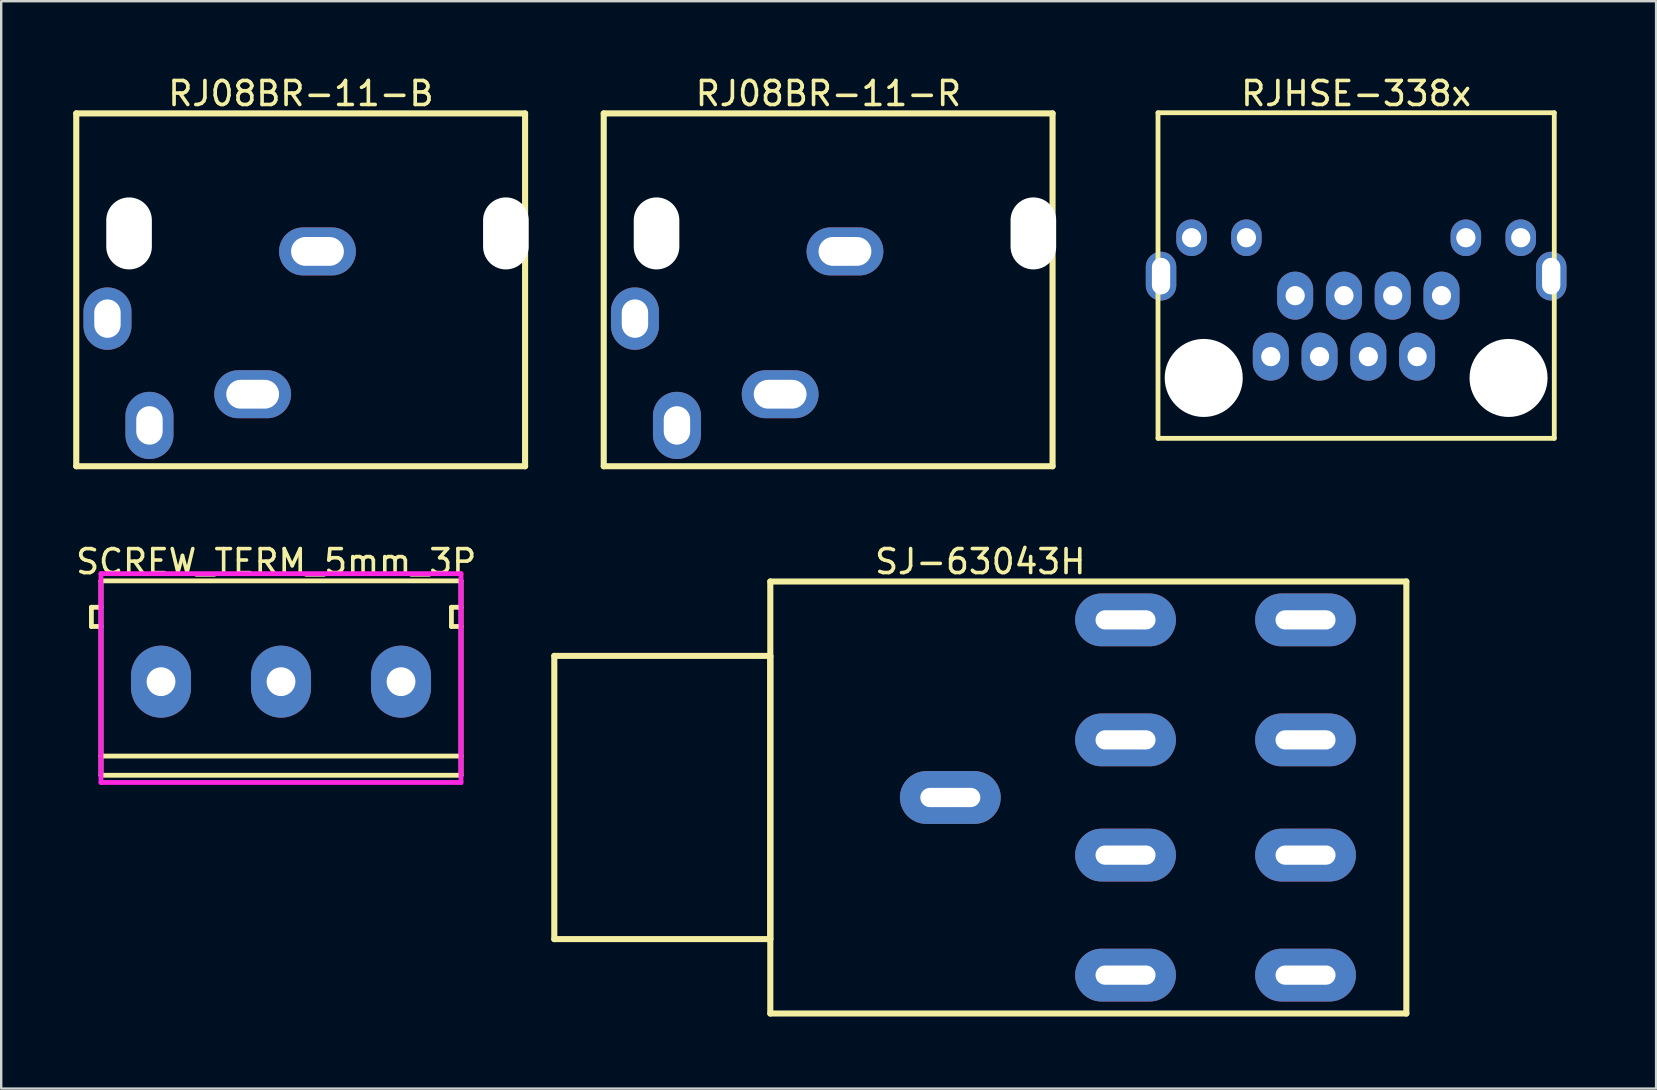
<source format=kicad_pcb>
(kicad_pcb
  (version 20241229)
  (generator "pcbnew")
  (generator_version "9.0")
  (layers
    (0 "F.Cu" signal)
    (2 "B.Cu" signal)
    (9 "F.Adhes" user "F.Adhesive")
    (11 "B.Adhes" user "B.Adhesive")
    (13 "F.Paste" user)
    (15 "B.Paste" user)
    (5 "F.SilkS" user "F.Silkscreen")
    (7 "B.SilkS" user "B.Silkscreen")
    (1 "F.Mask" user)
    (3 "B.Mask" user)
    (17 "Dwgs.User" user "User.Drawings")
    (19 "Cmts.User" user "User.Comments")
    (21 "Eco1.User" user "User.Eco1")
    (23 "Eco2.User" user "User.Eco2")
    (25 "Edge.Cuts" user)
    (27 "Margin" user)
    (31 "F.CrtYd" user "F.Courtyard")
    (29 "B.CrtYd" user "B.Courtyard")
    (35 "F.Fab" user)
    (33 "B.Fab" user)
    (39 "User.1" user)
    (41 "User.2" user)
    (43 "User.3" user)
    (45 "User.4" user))
  (footprint "RJHSE-338x"
    (layer "F.Cu")
    (at 53.452 6.855)
    (property "Reference" "RJHSE-338x" (at 0 -6.007 0) (layer "F.SilkS") (effects (font (size 1 1) (thickness 0.15))))
    (fp_line (start -8.255 -5.207) (end 8.255 -5.207) (stroke (width 0.2) (type solid)) (layer "F.SilkS"))
    (fp_line (start -8.255 8.357) (end -8.255 -5.207) (stroke (width 0.2) (type solid)) (layer "F.SilkS"))
    (fp_line (start -8.255 8.357) (end 8.255 8.357) (stroke (width 0.2) (type solid)) (layer "F.SilkS"))
    (fp_line (start 8.255 8.357) (end 8.255 -5.207) (stroke (width 0.2) (type solid)) (layer "F.SilkS"))
    (fp_line (start -9.398 -5.588) (end 9.398 -5.588) (stroke (width 0.2) (type solid)) (layer "Eco2.User"))
    (fp_line (start -9.398 8.636) (end -9.398 -5.588) (stroke (width 0.2) (type solid)) (layer "Eco2.User"))
    (fp_line (start -9.398 8.636) (end 9.398 8.636) (stroke (width 0.2) (type solid)) (layer "Eco2.User"))
    (fp_line (start 9.398 8.636) (end 9.398 -5.588) (stroke (width 0.2) (type solid)) (layer "Eco2.User"))
    (fp_circle (center 0 0) (end 0 -0.254) (stroke (width 0.5) (type solid)) (fill no) (layer "Eco2.User"))
    (pad "" np_thru_hole circle (at -6.35 5.842) (size 3.251 3.251) (drill 3.251) (layers "*.Cu" "*.Mask"))
    (pad "" np_thru_hole circle (at 6.35 5.842) (size 3.251 3.251) (drill 3.251) (layers "*.Cu" "*.Mask"))
    (pad "0" thru_hole oval (at -8.128 1.6) (size 1.27 2.032) (drill oval 0.762 1.524) (layers "*.Cu" "*.Mask"))
    (pad "0" thru_hole oval (at 8.128 1.6 180) (size 1.27 2.032) (drill oval 0.762 1.524) (layers "*.Cu" "*.Mask"))
    (pad "1" thru_hole oval (at 3.556 2.413) (size 1.5 2) (drill 0.8) (layers "*.Cu" "*.Mask"))
    (pad "2" thru_hole oval (at 2.54 4.953) (size 1.5 2) (drill 0.8) (layers "*.Cu" "*.Mask"))
    (pad "3" thru_hole oval (at 1.524 2.413) (size 1.5 2) (drill 0.8) (layers "*.Cu" "*.Mask"))
    (pad "4" thru_hole oval (at 0.508 4.953) (size 1.5 2) (drill 0.8) (layers "*.Cu" "*.Mask"))
    (pad "5" thru_hole oval (at -0.508 2.413) (size 1.5 2) (drill 0.8) (layers "*.Cu" "*.Mask"))
    (pad "6" thru_hole oval (at -1.524 4.953) (size 1.5 2) (drill 0.8) (layers "*.Cu" "*.Mask"))
    (pad "7" thru_hole oval (at -2.54 2.413) (size 1.5 2) (drill 0.8) (layers "*.Cu" "*.Mask"))
    (pad "8" thru_hole oval (at -3.556 4.953) (size 1.5 2) (drill 0.8) (layers "*.Cu" "*.Mask"))
    (pad "9" thru_hole oval (at 6.858 0) (size 1.27 1.524) (drill 0.8) (layers "*.Cu" "*.Mask"))
    (pad "10" thru_hole oval (at 4.572 0) (size 1.27 1.524) (drill 0.8) (layers "*.Cu" "*.Mask"))
    (pad "11" thru_hole oval (at -4.572 0) (size 1.27 1.524) (drill 0.8) (layers "*.Cu" "*.Mask"))
    (pad "12" thru_hole oval (at -6.858 0) (size 1.27 1.524) (drill 0.8) (layers "*.Cu" "*.Mask")))
  (footprint "RJ08BR-11-B"
    (layer "F.Cu")
    (at 10.177 7.425)
    (property "Reference" "RJ08BR-11-B" (at -0.689 -6.577 0) (layer "F.SilkS") (effects (font (size 1 1) (thickness 0.15))))
    (fp_line (start -10.05 -5.75) (end 8.65 -5.75) (stroke (width 0.254) (type solid)) (layer "F.SilkS"))
    (fp_line (start -10.05 8.95) (end -10.05 -5.75) (stroke (width 0.254) (type solid)) (layer "F.SilkS"))
    (fp_line (start -10.05 8.95) (end 8.65 8.95) (stroke (width 0.254) (type solid)) (layer "F.SilkS"))
    (fp_line (start 8.65 8.95) (end 8.65 -5.75) (stroke (width 0.254) (type solid)) (layer "F.SilkS"))
    (pad "" np_thru_hole oval (at -7.85 -0.75 270) (size 3 1.9) (drill oval 3 1.9) (layers "*.Cu" "*.Mask"))
    (pad "" np_thru_hole oval (at 7.85 -0.75 270) (size 3 1.9) (drill oval 3 1.9) (layers "*.Cu" "*.Mask"))
    (pad "1" thru_hole oval (at 0 0) (size 3.2 2) (drill oval 2.2 1.2) (layers "*.Cu" "*.Mask"))
    (pad "2" thru_hole oval (at -2.7 5.95) (size 3.2 2) (drill oval 2.2 1.2) (layers "*.Cu" "*.Mask"))
    (pad "3" thru_hole oval (at -8.75 2.8 270) (size 2.6 2) (drill oval 1.6 1.1) (layers "*.Cu" "*.Mask"))
    (pad "3" thru_hole oval (at -7 7.25 90) (size 2.8 2) (drill oval 1.6 1.1) (layers "*.Cu" "*.Mask")))
  (footprint "RJ08BR-11-R"
    (layer "F.Cu")
    (at 32.154 7.425)
    (property "Reference" "RJ08BR-11-R" (at -0.689 -6.577 0) (layer "F.SilkS") (effects (font (size 1 1) (thickness 0.15))))
    (fp_line (start -10.05 -5.75) (end 8.65 -5.75) (stroke (width 0.254) (type solid)) (layer "F.SilkS"))
    (fp_line (start -10.05 8.95) (end -10.05 -5.75) (stroke (width 0.254) (type solid)) (layer "F.SilkS"))
    (fp_line (start -10.05 8.95) (end 8.65 8.95) (stroke (width 0.254) (type solid)) (layer "F.SilkS"))
    (fp_line (start 8.65 8.95) (end 8.65 -5.75) (stroke (width 0.254) (type solid)) (layer "F.SilkS"))
    (pad "" np_thru_hole oval (at -7.85 -0.75 270) (size 3 1.9) (drill oval 3 1.9) (layers "*.Cu" "*.Mask"))
    (pad "" np_thru_hole oval (at 7.85 -0.75 270) (size 3 1.9) (drill oval 3 1.9) (layers "*.Cu" "*.Mask"))
    (pad "1" thru_hole oval (at 0 0) (size 3.2 2) (drill oval 2.2 1.2) (layers "*.Cu" "*.Mask"))
    (pad "2" thru_hole oval (at -2.7 5.95) (size 3.2 2) (drill oval 2.2 1.2) (layers "*.Cu" "*.Mask"))
    (pad "3" thru_hole oval (at -8.75 2.8 270) (size 2.6 2) (drill oval 1.6 1.1) (layers "*.Cu" "*.Mask"))
    (pad "3" thru_hole oval (at -7 7.25 90) (size 2.8 2) (drill oval 1.6 1.1) (layers "*.Cu" "*.Mask")))
  (footprint "SCREW_TERM_5mm_3P"
    (layer "F.Cu")
    (at 8.658 25.351)
    (property "Reference" "SCREW_TERM_5mm_3P" (at -0.2 -5 0) (layer "F.SilkS") (effects (font (size 1 1) (thickness 0.15))))
    (fp_line (start -7.9 -3.1) (end -7.5 -3.1) (stroke (width 0.2) (type solid)) (layer "F.SilkS"))
    (fp_line (start -7.9 -2.3) (end -7.9 -3.1) (stroke (width 0.2) (type solid)) (layer "F.SilkS"))
    (fp_line (start -7.9 -2.3) (end -7.5 -2.3) (stroke (width 0.2) (type solid)) (layer "F.SilkS"))
    (fp_line (start -7.5 -4.2) (end 7.5 -4.2) (stroke (width 0.2) (type solid)) (layer "F.SilkS"))
    (fp_line (start -7.5 3.1) (end 7.5 3.1) (stroke (width 0.2) (type solid)) (layer "F.SilkS"))
    (fp_line (start -7.5 3.9) (end -7.5 -4.2) (stroke (width 0.2) (type solid)) (layer "F.SilkS"))
    (fp_line (start -7.5 3.9) (end 7.5 3.9) (stroke (width 0.2) (type solid)) (layer "F.SilkS"))
    (fp_line (start 7.1 -3.1) (end 7.5 -3.1) (stroke (width 0.2) (type solid)) (layer "F.SilkS"))
    (fp_line (start 7.1 -2.3) (end 7.1 -3.1) (stroke (width 0.2) (type solid)) (layer "F.SilkS"))
    (fp_line (start 7.1 -2.3) (end 7.5 -2.3) (stroke (width 0.2) (type solid)) (layer "F.SilkS"))
    (fp_line (start 7.5 3.9) (end 7.5 -4.2) (stroke (width 0.2) (type solid)) (layer "F.SilkS"))
    (fp_line (start -7.5 -4.5) (end 7.5 -4.5) (stroke (width 0.2) (type solid)) (layer "F.CrtYd"))
    (fp_line (start -7.5 4.2) (end -7.5 -4.5) (stroke (width 0.2) (type solid)) (layer "F.CrtYd"))
    (fp_line (start -7.5 4.2) (end 7.5 4.2) (stroke (width 0.2) (type solid)) (layer "F.CrtYd"))
    (fp_line (start 7.5 4.2) (end 7.5 -4.5) (stroke (width 0.2) (type solid)) (layer "F.CrtYd"))
    (pad "1" thru_hole oval (at -5 0) (size 2.5 3) (drill 1.2) (layers "*.Cu" "*.Mask"))
    (pad "2" thru_hole oval (at 0 0) (size 2.5 3) (drill 1.2) (layers "*.Cu" "*.Mask"))
    (pad "3" thru_hole oval (at 5 0) (size 2.5 3) (drill 1.2) (layers "*.Cu" "*.Mask")))
  (footprint "SJ-63043H"
    (layer "F.Cu")
    (at 29.044 30.177)
    (property "Reference" "SJ-63043H" (at 8.75 -9.827 0) (layer "F.SilkS") (effects (font (size 1 1) (thickness 0.15))))
    (fp_line (start -9 -5.9) (end 0 -5.9) (stroke (width 0.254) (type solid)) (layer "F.SilkS"))
    (fp_line (start -9 5.9) (end -9 -5.9) (stroke (width 0.254) (type solid)) (layer "F.SilkS"))
    (fp_line (start -9 5.9) (end 0 5.9) (stroke (width 0.254) (type solid)) (layer "F.SilkS"))
    (fp_line (start 0 -9) (end 26.5 -9) (stroke (width 0.254) (type solid)) (layer "F.SilkS"))
    (fp_line (start 0 5.9) (end 0 -5.9) (stroke (width 0.254) (type solid)) (layer "F.SilkS"))
    (fp_line (start 0 9) (end 0 -9) (stroke (width 0.254) (type solid)) (layer "F.SilkS"))
    (fp_line (start 0 9) (end 26.5 9) (stroke (width 0.254) (type solid)) (layer "F.SilkS"))
    (fp_line (start 26.5 9) (end 26.5 -9) (stroke (width 0.254) (type solid)) (layer "F.SilkS"))
    (pad "1" thru_hole oval (at 7.5 0) (size 4.2 2.2) (drill oval 2.5 0.8) (layers "*.Cu" "*.Mask"))
    (pad "2" thru_hole oval (at 22.3 -2.4) (size 4.2 2.2) (drill oval 2.5 0.8) (layers "*.Cu" "*.Mask"))
    (pad "3" thru_hole oval (at 22.3 2.4) (size 4.2 2.2) (drill oval 2.5 0.8) (layers "*.Cu" "*.Mask"))
    (pad "4" thru_hole oval (at 14.8 -2.4) (size 4.2 2.2) (drill oval 2.5 0.8) (layers "*.Cu" "*.Mask"))
    (pad "5" thru_hole oval (at 14.8 -7.4) (size 4.2 2.2) (drill oval 2.5 0.8) (layers "*.Cu" "*.Mask"))
    (pad "6" thru_hole oval (at 22.3 -7.4) (size 4.2 2.2) (drill oval 2.5 0.8) (layers "*.Cu" "*.Mask"))
    (pad "7" thru_hole oval (at 14.8 2.4) (size 4.2 2.2) (drill oval 2.5 0.8) (layers "*.Cu" "*.Mask"))
    (pad "8" thru_hole oval (at 14.8 7.4) (size 4.2 2.2) (drill oval 2.5 0.8) (layers "*.Cu" "*.Mask"))
    (pad "9" thru_hole oval (at 22.3 7.4) (size 4.2 2.2) (drill oval 2.5 0.8) (layers "*.Cu" "*.Mask")))
  (gr_rect
    (start -3 -3)
    (end 65.95 42.304)
    (stroke (width 0.1) (type default))
    (fill no)
    (layer "Edge.Cuts")))
</source>
